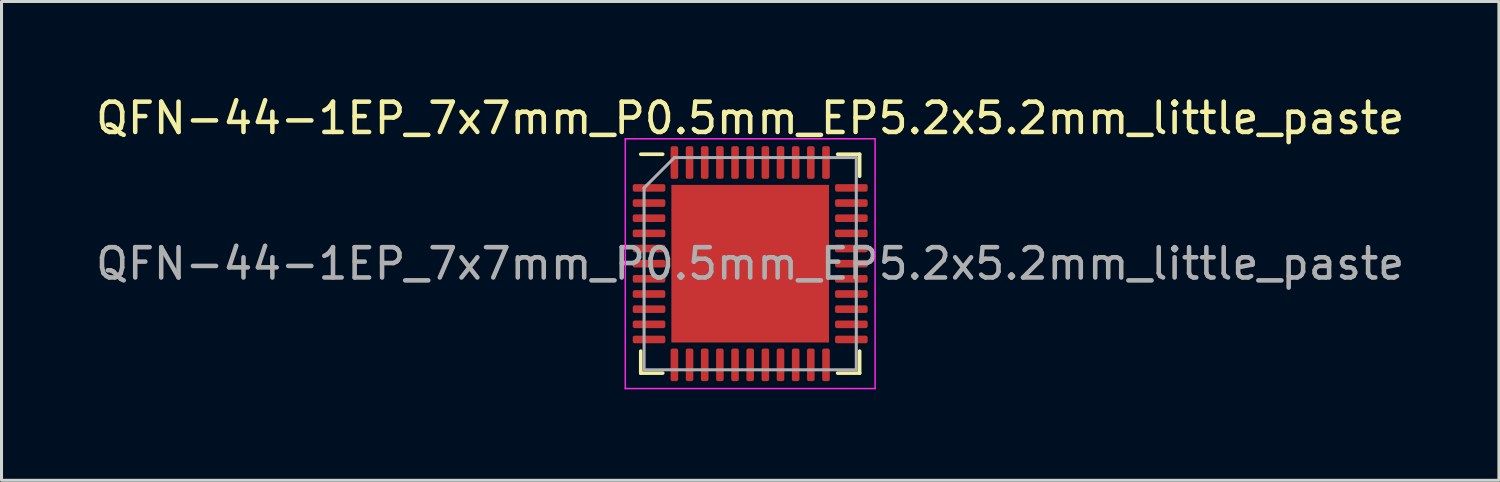
<source format=kicad_pcb>
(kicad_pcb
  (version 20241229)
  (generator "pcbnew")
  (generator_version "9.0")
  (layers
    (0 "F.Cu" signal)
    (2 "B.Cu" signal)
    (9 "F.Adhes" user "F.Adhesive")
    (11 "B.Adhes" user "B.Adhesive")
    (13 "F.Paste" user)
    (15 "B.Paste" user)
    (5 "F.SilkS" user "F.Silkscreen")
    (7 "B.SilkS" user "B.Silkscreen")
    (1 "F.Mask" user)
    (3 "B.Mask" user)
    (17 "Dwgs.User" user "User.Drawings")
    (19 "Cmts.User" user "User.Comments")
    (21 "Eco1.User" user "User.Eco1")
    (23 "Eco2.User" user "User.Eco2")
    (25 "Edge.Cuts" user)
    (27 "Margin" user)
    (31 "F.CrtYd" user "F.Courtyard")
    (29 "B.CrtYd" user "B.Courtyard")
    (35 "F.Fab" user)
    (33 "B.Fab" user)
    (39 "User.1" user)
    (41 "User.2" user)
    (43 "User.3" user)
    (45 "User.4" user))
  (footprint "QFN-44-1EP_7x7mm_P0.5mm_EP5.2x5.2mm_little_paste"
    (layer "F.Cu")
    (at 21.696 5.648)
    (property "Reference" "QFN-44-1EP_7x7mm_P0.5mm_EP5.2x5.2mm_little_paste" (at 0 -4.8 0) (layer "F.SilkS") (effects (font (size 1 1) (thickness 0.15))))
    (attr smd)
    (fp_line (start -3.61 3.61) (end -3.61 2.885) (stroke (width 0.12) (type solid)) (layer "F.SilkS"))
    (fp_line (start -2.885 -3.61) (end -3.61 -3.61) (stroke (width 0.12) (type solid)) (layer "F.SilkS"))
    (fp_line (start -2.885 3.61) (end -3.61 3.61) (stroke (width 0.12) (type solid)) (layer "F.SilkS"))
    (fp_line (start 2.885 -3.61) (end 3.61 -3.61) (stroke (width 0.12) (type solid)) (layer "F.SilkS"))
    (fp_line (start 2.885 3.61) (end 3.61 3.61) (stroke (width 0.12) (type solid)) (layer "F.SilkS"))
    (fp_line (start 3.61 -3.61) (end 3.61 -2.885) (stroke (width 0.12) (type solid)) (layer "F.SilkS"))
    (fp_line (start 3.61 3.61) (end 3.61 2.885) (stroke (width 0.12) (type solid)) (layer "F.SilkS"))
    (fp_line (start -4.12 -4.12) (end -4.12 4.12) (stroke (width 0.05) (type solid)) (layer "F.CrtYd"))
    (fp_line (start -4.12 4.12) (end 4.12 4.12) (stroke (width 0.05) (type solid)) (layer "F.CrtYd"))
    (fp_line (start 4.12 -4.12) (end -4.12 -4.12) (stroke (width 0.05) (type solid)) (layer "F.CrtYd"))
    (fp_line (start 4.12 4.12) (end 4.12 -4.12) (stroke (width 0.05) (type solid)) (layer "F.CrtYd"))
    (fp_line (start -3.5 -2.5) (end -2.5 -3.5) (stroke (width 0.1) (type solid)) (layer "F.Fab"))
    (fp_line (start -3.5 3.5) (end -3.5 -2.5) (stroke (width 0.1) (type solid)) (layer "F.Fab"))
    (fp_line (start -2.5 -3.5) (end 3.5 -3.5) (stroke (width 0.1) (type solid)) (layer "F.Fab"))
    (fp_line (start 3.5 -3.5) (end 3.5 3.5) (stroke (width 0.1) (type solid)) (layer "F.Fab"))
    (fp_line (start 3.5 3.5) (end -3.5 3.5) (stroke (width 0.1) (type solid)) (layer "F.Fab"))
    (fp_text user "${REFERENCE}" (at 0 0 0) (layer "F.Fab") (effects (font (size 1 1) (thickness 0.15))))
    (pad "" smd roundrect (at -1.25 -1.25) (size 1.05 1.05) (layers "F.Paste") (roundrect_rratio 0.238))
    (pad "" smd roundrect (at -1.25 0.05) (size 1.05 1.05) (layers "F.Paste") (roundrect_rratio 0.238))
    (pad "" smd roundrect (at -1.25 1.35) (size 1.05 1.05) (layers "F.Paste") (roundrect_rratio 0.238))
    (pad "" smd roundrect (at 0.05 -1.25) (size 1.05 1.05) (layers "F.Paste") (roundrect_rratio 0.238))
    (pad "" smd roundrect (at 0.05 0.05) (size 1.05 1.05) (layers "F.Paste") (roundrect_rratio 0.238))
    (pad "" smd roundrect (at 0.05 1.35) (size 1.05 1.05) (layers "F.Paste") (roundrect_rratio 0.238))
    (pad "" smd roundrect (at 1.35 -1.25) (size 1.05 1.05) (layers "F.Paste") (roundrect_rratio 0.238))
    (pad "" smd roundrect (at 1.35 0.05) (size 1.05 1.05) (layers "F.Paste") (roundrect_rratio 0.238))
    (pad "" smd roundrect (at 1.35 1.35) (size 1.05 1.05) (layers "F.Paste") (roundrect_rratio 0.238))
    (pad "1" smd roundrect (at -3.337 -2.5) (size 1.075 0.25) (layers "F.Cu" "F.Mask" "F.Paste") (roundrect_rratio 0.25))
    (pad "2" smd roundrect (at -3.337 -2) (size 1.075 0.25) (layers "F.Cu" "F.Mask" "F.Paste") (roundrect_rratio 0.25))
    (pad "3" smd roundrect (at -3.337 -1.5) (size 1.075 0.25) (layers "F.Cu" "F.Mask" "F.Paste") (roundrect_rratio 0.25))
    (pad "4" smd roundrect (at -3.337 -1) (size 1.075 0.25) (layers "F.Cu" "F.Mask" "F.Paste") (roundrect_rratio 0.25))
    (pad "5" smd roundrect (at -3.337 -0.5) (size 1.075 0.25) (layers "F.Cu" "F.Mask" "F.Paste") (roundrect_rratio 0.25))
    (pad "6" smd roundrect (at -3.337 0) (size 1.075 0.25) (layers "F.Cu" "F.Mask" "F.Paste") (roundrect_rratio 0.25))
    (pad "7" smd roundrect (at -3.337 0.5) (size 1.075 0.25) (layers "F.Cu" "F.Mask" "F.Paste") (roundrect_rratio 0.25))
    (pad "8" smd roundrect (at -3.337 1) (size 1.075 0.25) (layers "F.Cu" "F.Mask" "F.Paste") (roundrect_rratio 0.25))
    (pad "9" smd roundrect (at -3.337 1.5) (size 1.075 0.25) (layers "F.Cu" "F.Mask" "F.Paste") (roundrect_rratio 0.25))
    (pad "10" smd roundrect (at -3.337 2) (size 1.075 0.25) (layers "F.Cu" "F.Mask" "F.Paste") (roundrect_rratio 0.25))
    (pad "11" smd roundrect (at -3.337 2.5) (size 1.075 0.25) (layers "F.Cu" "F.Mask" "F.Paste") (roundrect_rratio 0.25))
    (pad "12" smd roundrect (at -2.5 3.337) (size 0.25 1.075) (layers "F.Cu" "F.Mask" "F.Paste") (roundrect_rratio 0.25))
    (pad "13" smd roundrect (at -2 3.337) (size 0.25 1.075) (layers "F.Cu" "F.Mask" "F.Paste") (roundrect_rratio 0.25))
    (pad "14" smd roundrect (at -1.5 3.337) (size 0.25 1.075) (layers "F.Cu" "F.Mask" "F.Paste") (roundrect_rratio 0.25))
    (pad "15" smd roundrect (at -1 3.337) (size 0.25 1.075) (layers "F.Cu" "F.Mask" "F.Paste") (roundrect_rratio 0.25))
    (pad "16" smd roundrect (at -0.5 3.337) (size 0.25 1.075) (layers "F.Cu" "F.Mask" "F.Paste") (roundrect_rratio 0.25))
    (pad "17" smd roundrect (at 0 3.337) (size 0.25 1.075) (layers "F.Cu" "F.Mask" "F.Paste") (roundrect_rratio 0.25))
    (pad "18" smd roundrect (at 0.5 3.337) (size 0.25 1.075) (layers "F.Cu" "F.Mask" "F.Paste") (roundrect_rratio 0.25))
    (pad "19" smd roundrect (at 1 3.337) (size 0.25 1.075) (layers "F.Cu" "F.Mask" "F.Paste") (roundrect_rratio 0.25))
    (pad "20" smd roundrect (at 1.5 3.337) (size 0.25 1.075) (layers "F.Cu" "F.Mask" "F.Paste") (roundrect_rratio 0.25))
    (pad "21" smd roundrect (at 2 3.337) (size 0.25 1.075) (layers "F.Cu" "F.Mask" "F.Paste") (roundrect_rratio 0.25))
    (pad "22" smd roundrect (at 2.5 3.337) (size 0.25 1.075) (layers "F.Cu" "F.Mask" "F.Paste") (roundrect_rratio 0.25))
    (pad "23" smd roundrect (at 3.337 2.5) (size 1.075 0.25) (layers "F.Cu" "F.Mask" "F.Paste") (roundrect_rratio 0.25))
    (pad "24" smd roundrect (at 3.337 2) (size 1.075 0.25) (layers "F.Cu" "F.Mask" "F.Paste") (roundrect_rratio 0.25))
    (pad "25" smd roundrect (at 3.337 1.5) (size 1.075 0.25) (layers "F.Cu" "F.Mask" "F.Paste") (roundrect_rratio 0.25))
    (pad "26" smd roundrect (at 3.337 1) (size 1.075 0.25) (layers "F.Cu" "F.Mask" "F.Paste") (roundrect_rratio 0.25))
    (pad "27" smd roundrect (at 3.337 0.5) (size 1.075 0.25) (layers "F.Cu" "F.Mask" "F.Paste") (roundrect_rratio 0.25))
    (pad "28" smd roundrect (at 3.337 0) (size 1.075 0.25) (layers "F.Cu" "F.Mask" "F.Paste") (roundrect_rratio 0.25))
    (pad "29" smd roundrect (at 3.337 -0.5) (size 1.075 0.25) (layers "F.Cu" "F.Mask" "F.Paste") (roundrect_rratio 0.25))
    (pad "30" smd roundrect (at 3.337 -1) (size 1.075 0.25) (layers "F.Cu" "F.Mask" "F.Paste") (roundrect_rratio 0.25))
    (pad "31" smd roundrect (at 3.337 -1.5) (size 1.075 0.25) (layers "F.Cu" "F.Mask" "F.Paste") (roundrect_rratio 0.25))
    (pad "32" smd roundrect (at 3.337 -2) (size 1.075 0.25) (layers "F.Cu" "F.Mask" "F.Paste") (roundrect_rratio 0.25))
    (pad "33" smd roundrect (at 3.337 -2.5) (size 1.075 0.25) (layers "F.Cu" "F.Mask" "F.Paste") (roundrect_rratio 0.25))
    (pad "34" smd roundrect (at 2.5 -3.337) (size 0.25 1.075) (layers "F.Cu" "F.Mask" "F.Paste") (roundrect_rratio 0.25))
    (pad "35" smd roundrect (at 2 -3.337) (size 0.25 1.075) (layers "F.Cu" "F.Mask" "F.Paste") (roundrect_rratio 0.25))
    (pad "36" smd roundrect (at 1.5 -3.337) (size 0.25 1.075) (layers "F.Cu" "F.Mask" "F.Paste") (roundrect_rratio 0.25))
    (pad "37" smd roundrect (at 1 -3.337) (size 0.25 1.075) (layers "F.Cu" "F.Mask" "F.Paste") (roundrect_rratio 0.25))
    (pad "38" smd roundrect (at 0.5 -3.337) (size 0.25 1.075) (layers "F.Cu" "F.Mask" "F.Paste") (roundrect_rratio 0.25))
    (pad "39" smd roundrect (at 0 -3.337) (size 0.25 1.075) (layers "F.Cu" "F.Mask" "F.Paste") (roundrect_rratio 0.25))
    (pad "40" smd roundrect (at -0.5 -3.337) (size 0.25 1.075) (layers "F.Cu" "F.Mask" "F.Paste") (roundrect_rratio 0.25))
    (pad "41" smd roundrect (at -1 -3.337) (size 0.25 1.075) (layers "F.Cu" "F.Mask" "F.Paste") (roundrect_rratio 0.25))
    (pad "42" smd roundrect (at -1.5 -3.337) (size 0.25 1.075) (layers "F.Cu" "F.Mask" "F.Paste") (roundrect_rratio 0.25))
    (pad "43" smd roundrect (at -2 -3.337) (size 0.25 1.075) (layers "F.Cu" "F.Mask" "F.Paste") (roundrect_rratio 0.25))
    (pad "44" smd roundrect (at -2.5 -3.337) (size 0.25 1.075) (layers "F.Cu" "F.Mask" "F.Paste") (roundrect_rratio 0.25))
    (pad "45" smd rect (at 0 0) (size 5.2 5.2) (layers "F.Cu" "F.Mask")))
  (gr_rect
    (start -3 -3)
    (end 46.393 12.793)
    (stroke (width 0.1) (type default))
    (fill no)
    (layer "Edge.Cuts")))
</source>
